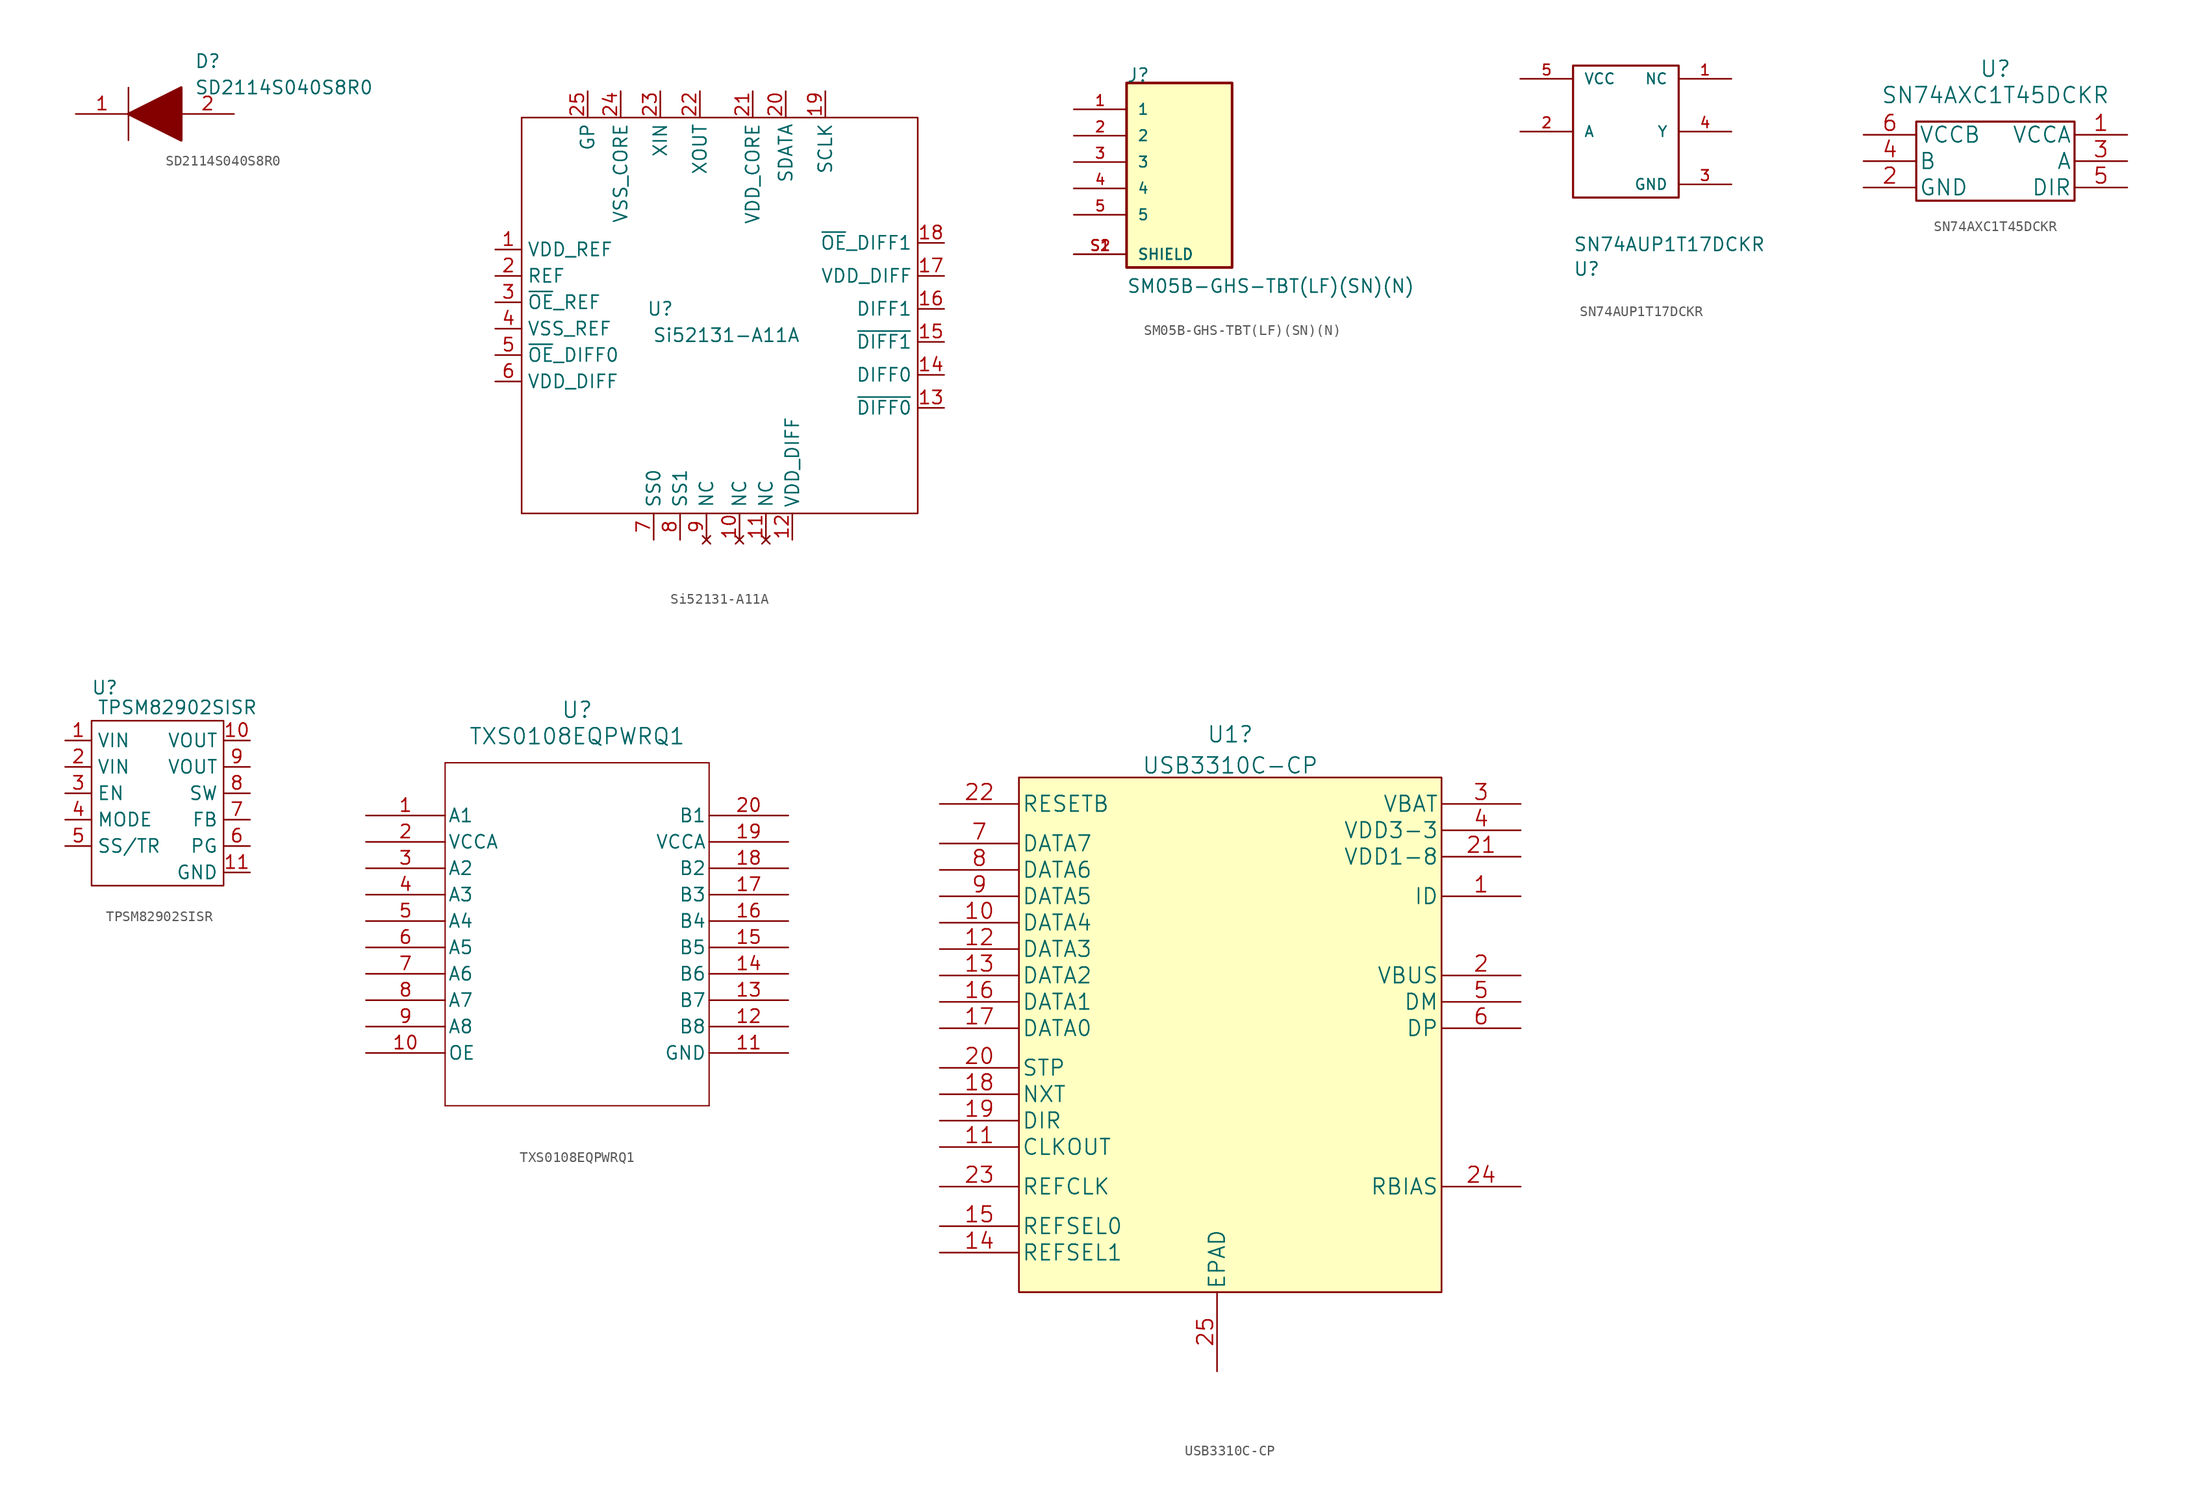
<source format=kicad_sym>
(kicad_symbol_lib
  (version 20220914)
  (generator kicad_symbol_editor)
  (symbol "SD2114S040S8R0"
    (pin_names
      (offset 0.762))
    (property "Reference" "D"
      (at 11.43 5.08 0)
      (effects (font (size 1.27 1.27)) (justify left)))
    (property "Value" "SD2114S040S8R0"
      (at 11.43 2.54 0)
      (effects (font (size 1.27 1.27)) (justify left)))
    (symbol "SD2114S040S8R0_0_0"
      (pin passive line (at 0 0 0) (length 5.08) (name "~" (effects (font (size 1.27 1.27)))) (number "1" (effects (font (size 1.27 1.27)))))
      (pin passive line (at 15.24 0 180) (length 5.08) (name "~" (effects (font (size 1.27 1.27)))) (number "2" (effects (font (size 1.27 1.27))))))
    (symbol "SD2114S040S8R0_0_1"
      (polyline (pts (xy 5.08 2.54) (xy 5.08 -2.54)) (stroke (width 0.152) (type solid)) (fill (type none)))
      (polyline (pts (xy 5.08 0) (xy 10.16 2.54) (xy 10.16 -2.54) (xy 5.08 0)) (stroke (width 0.254) (type solid)) (fill (type outline)))))
  (symbol "Si52131-A11A"
    (property "Reference" "U"
      (at -5.715 0.635 0)
      (effects (font (size 1.27 1.27))))
    (property "Value" "Si52131-A11A"
      (at 0.635 -1.905 0)
      (effects (font (size 1.27 1.27))))
    (symbol "Si52131-A11A_0_1"
      (rectangle (start -19.05 19.05) (end 19.05 -19.05) (stroke (width 0) (type default)) (fill (type none))))
    (symbol "Si52131-A11A_1_1"
      (pin input line (at -21.59 6.35 0) (length 2.54) (name "VDD_REF" (effects (font (size 1.27 1.27)))) (number "1" (effects (font (size 1.27 1.27)))))
      (pin no_connect line (at 1.905 -21.59 90) (length 2.54) (name "NC" (effects (font (size 1.27 1.27)))) (number "10" (effects (font (size 1.27 1.27)))))
      (pin no_connect line (at 4.445 -21.59 90) (length 2.54) (name "NC" (effects (font (size 1.27 1.27)))) (number "11" (effects (font (size 1.27 1.27)))))
      (pin input line (at 6.985 -21.59 90) (length 2.54) (name "VDD_DIFF" (effects (font (size 1.27 1.27)))) (number "12" (effects (font (size 1.27 1.27)))))
      (pin input line (at 21.59 -8.89 180) (length 2.54) (name "~{DIFF0}" (effects (font (size 1.27 1.27)))) (number "13" (effects (font (size 1.27 1.27)))))
      (pin input line (at 21.59 -5.715 180) (length 2.54) (name "DIFF0" (effects (font (size 1.27 1.27)))) (number "14" (effects (font (size 1.27 1.27)))))
      (pin input line (at 21.59 -2.54 180) (length 2.54) (name "~{DIFF1}" (effects (font (size 1.27 1.27)))) (number "15" (effects (font (size 1.27 1.27)))))
      (pin input line (at 21.59 0.635 180) (length 2.54) (name "DIFF1" (effects (font (size 1.27 1.27)))) (number "16" (effects (font (size 1.27 1.27)))))
      (pin input line (at 21.59 3.81 180) (length 2.54) (name "VDD_DIFF" (effects (font (size 1.27 1.27)))) (number "17" (effects (font (size 1.27 1.27)))))
      (pin input line (at 21.59 6.985 180) (length 2.54) (name "~{OE}_DIFF1" (effects (font (size 1.27 1.27)))) (number "18" (effects (font (size 1.27 1.27)))))
      (pin input line (at 10.16 21.59 270) (length 2.54) (name "SCLK" (effects (font (size 1.27 1.27)))) (number "19" (effects (font (size 1.27 1.27)))))
      (pin input line (at -21.59 3.81 0) (length 2.54) (name "REF" (effects (font (size 1.27 1.27)))) (number "2" (effects (font (size 1.27 1.27)))))
      (pin input line (at 6.35 21.59 270) (length 2.54) (name "SDATA" (effects (font (size 1.27 1.27)))) (number "20" (effects (font (size 1.27 1.27)))))
      (pin input line (at 3.175 21.59 270) (length 2.54) (name "VDD_CORE" (effects (font (size 1.27 1.27)))) (number "21" (effects (font (size 1.27 1.27)))))
      (pin input line (at -1.905 21.59 270) (length 2.54) (name "XOUT" (effects (font (size 1.27 1.27)))) (number "22" (effects (font (size 1.27 1.27)))))
      (pin input line (at -5.715 21.59 270) (length 2.54) (name "XIN" (effects (font (size 1.27 1.27)))) (number "23" (effects (font (size 1.27 1.27)))))
      (pin input line (at -9.525 21.59 270) (length 2.54) (name "VSS_CORE" (effects (font (size 1.27 1.27)))) (number "24" (effects (font (size 1.27 1.27)))))
      (pin input line (at -12.7 21.59 270) (length 2.54) (name "GP" (effects (font (size 1.27 1.27)))) (number "25" (effects (font (size 1.27 1.27)))))
      (pin input line (at -21.59 1.27 0) (length 2.54) (name "~{OE}_REF" (effects (font (size 1.27 1.27)))) (number "3" (effects (font (size 1.27 1.27)))))
      (pin input line (at -21.59 -1.27 0) (length 2.54) (name "VSS_REF" (effects (font (size 1.27 1.27)))) (number "4" (effects (font (size 1.27 1.27)))))
      (pin input line (at -21.59 -3.81 0) (length 2.54) (name "~{OE}_DIFF0" (effects (font (size 1.27 1.27)))) (number "5" (effects (font (size 1.27 1.27)))))
      (pin input line (at -21.59 -6.35 0) (length 2.54) (name "VDD_DIFF" (effects (font (size 1.27 1.27)))) (number "6" (effects (font (size 1.27 1.27)))))
      (pin input line (at -6.35 -21.59 90) (length 2.54) (name "SS0" (effects (font (size 1.27 1.27)))) (number "7" (effects (font (size 1.27 1.27)))))
      (pin input line (at -3.81 -21.59 90) (length 2.54) (name "SS1" (effects (font (size 1.27 1.27)))) (number "8" (effects (font (size 1.27 1.27)))))
      (pin no_connect line (at -1.27 -21.59 90) (length 2.54) (name "NC" (effects (font (size 1.27 1.27)))) (number "9" (effects (font (size 1.27 1.27)))))))
  (symbol "SM05B-GHS-TBT(LF)(SN)(N)"
    (pin_names
      (offset 1.016))
    (property "Reference" "J"
      (at -5.08 7.62 0)
      (effects (font (size 1.27 1.27)) (justify left bottom)))
    (property "Value" "SM05B-GHS-TBT(LF)(SN)(N)"
      (at -5.08 -12.7 0)
      (effects (font (size 1.27 1.27)) (justify left bottom)))
    (symbol "SM05B-GHS-TBT(LF)(SN)(N)_0_0"
      (rectangle (start -5.08 -10.16) (end 5.08 7.62) (stroke (width 0.254) (type solid)) (fill (type background)))
      (pin passive line (at -10.16 5.08 0) (length 5.08) (name "1" (effects (font (size 1.016 1.016)))) (number "1" (effects (font (size 1.016 1.016)))))
      (pin passive line (at -10.16 2.54 0) (length 5.08) (name "2" (effects (font (size 1.016 1.016)))) (number "2" (effects (font (size 1.016 1.016)))))
      (pin passive line (at -10.16 0 0) (length 5.08) (name "3" (effects (font (size 1.016 1.016)))) (number "3" (effects (font (size 1.016 1.016)))))
      (pin passive line (at -10.16 -2.54 0) (length 5.08) (name "4" (effects (font (size 1.016 1.016)))) (number "4" (effects (font (size 1.016 1.016)))))
      (pin passive line (at -10.16 -8.89 0) (length 5.08) (name "SHIELD" (effects (font (size 1.016 1.016)))) (number "S1" (effects (font (size 1.016 1.016)))))
      (pin passive line (at -10.16 -8.89 0) (length 5.08) (name "SHIELD" (effects (font (size 1.016 1.016)))) (number "S2" (effects (font (size 1.016 1.016))))))
    (symbol "SM05B-GHS-TBT(LF)(SN)(N)_1_1"
      (pin passive line (at -10.16 -5.08 0) (length 5.08) (name "5" (effects (font (size 1.016 1.016)))) (number "5" (effects (font (size 1.016 1.016)))))))
  (symbol "SN74AUP1T17DCKR"
    (pin_names
      (offset 1.016))
    (property "Reference" "U"
      (at -12.7 -13.97 0)
      (effects (font (size 1.27 1.27)) (justify left bottom)))
    (property "Value" "SN74AUP1T17DCKR"
      (at -12.7 -11.608 0)
      (effects (font (size 1.27 1.27)) (justify left bottom)))
    (symbol "SN74AUP1T17DCKR_0_0"
      (pin input line (at -17.78 0 0) (length 5.08) (name "A" (effects (font (size 1.016 1.016)))) (number "2" (effects (font (size 1.016 1.016)))))
      (pin power_in line (at 2.54 -5.08 180) (length 5.08) (name "GND" (effects (font (size 1.016 1.016)))) (number "3" (effects (font (size 1.016 1.016)))))
      (pin output line (at 2.54 0 180) (length 5.08) (name "Y" (effects (font (size 1.016 1.016)))) (number "4" (effects (font (size 1.016 1.016)))))
      (pin power_in line (at -17.78 5.08 0) (length 5.08) (name "VCC" (effects (font (size 1.016 1.016)))) (number "5" (effects (font (size 1.016 1.016))))))
    (symbol "SN74AUP1T17DCKR_1_1"
      (rectangle (start -12.7 6.35) (end -2.54 -6.35) (stroke (width 0.203) (type solid)) (fill (type none)))
      (pin power_out line (at 2.54 5.08 180) (length 5.08) (name "NC" (effects (font (size 1.016 1.016)))) (number "1" (effects (font (size 1.016 1.016)))))))
  (symbol "SN74AXC1T45DCKR"
    (pin_names
      (offset 0.254))
    (property "Reference" "U"
      (at -7.62 8.89 0)
      (effects (font (size 1.524 1.524))))
    (property "Value" "SN74AXC1T45DCKR"
      (at -7.62 6.35 0)
      (effects (font (size 1.524 1.524))))
    (property "Datasheet" ""
      (at -7.62 6.35 0)
      (effects (font (size 1.524 1.524))))
    (symbol "SN74AXC1T45DCKR_1_1"
      (rectangle (start -15.24 3.81) (end 0 -3.81) (stroke (width 0.203) (type solid)) (fill (type none)))
      (pin power_in line (at 5.08 2.54 180) (length 5.08) (name "VCCA" (effects (font (size 1.499 1.499)))) (number "1" (effects (font (size 1.499 1.499)))))
      (pin power_in line (at -20.32 -2.54 0) (length 5.08) (name "GND" (effects (font (size 1.499 1.499)))) (number "2" (effects (font (size 1.499 1.499)))))
      (pin bidirectional line (at 5.08 0 180) (length 5.08) (name "A" (effects (font (size 1.499 1.499)))) (number "3" (effects (font (size 1.499 1.499)))))
      (pin bidirectional line (at -20.32 0 0) (length 5.08) (name "B" (effects (font (size 1.499 1.499)))) (number "4" (effects (font (size 1.499 1.499)))))
      (pin input line (at 5.08 -2.54 180) (length 5.08) (name "DIR" (effects (font (size 1.499 1.499)))) (number "5" (effects (font (size 1.499 1.499)))))
      (pin power_in line (at -20.32 2.54 0) (length 5.08) (name "VCCB" (effects (font (size 1.499 1.499)))) (number "6" (effects (font (size 1.499 1.499)))))))
  (symbol "TPSM82902SISR"
    (property "Reference" "U"
      (at -5.08 10.16 0)
      (effects (font (size 1.27 1.27))))
    (property "Value" "TPSM82902SISR"
      (at 1.905 8.255 0)
      (effects (font (size 1.27 1.27))))
    (symbol "TPSM82902SISR_0_1"
      (rectangle (start -6.35 6.985) (end 6.35 -8.89) (stroke (width 0) (type default)) (fill (type none))))
    (symbol "TPSM82902SISR_1_1"
      (pin power_in line (at -8.89 5.08 0) (length 2.54) (name "VIN" (effects (font (size 1.27 1.27)))) (number "1" (effects (font (size 1.27 1.27)))))
      (pin power_out line (at 8.89 5.08 180) (length 2.54) (name "VOUT" (effects (font (size 1.27 1.27)))) (number "10" (effects (font (size 1.27 1.27)))))
      (pin power_in line (at 8.89 -7.62 180) (length 2.54) (name "GND" (effects (font (size 1.27 1.27)))) (number "11" (effects (font (size 1.27 1.27)))))
      (pin power_in line (at -8.89 2.54 0) (length 2.54) (name "VIN" (effects (font (size 1.27 1.27)))) (number "2" (effects (font (size 1.27 1.27)))))
      (pin input line (at -8.89 0 0) (length 2.54) (name "EN" (effects (font (size 1.27 1.27)))) (number "3" (effects (font (size 1.27 1.27)))))
      (pin input line (at -8.89 -2.54 0) (length 2.54) (name "MODE" (effects (font (size 1.27 1.27)))) (number "4" (effects (font (size 1.27 1.27)))))
      (pin input line (at -8.89 -5.08 0) (length 2.54) (name "SS/TR" (effects (font (size 1.27 1.27)))) (number "5" (effects (font (size 1.27 1.27)))))
      (pin input line (at 8.89 -5.08 180) (length 2.54) (name "PG" (effects (font (size 1.27 1.27)))) (number "6" (effects (font (size 1.27 1.27)))))
      (pin input line (at 8.89 -2.54 180) (length 2.54) (name "FB" (effects (font (size 1.27 1.27)))) (number "7" (effects (font (size 1.27 1.27)))))
      (pin input line (at 8.89 0 180) (length 2.54) (name "SW" (effects (font (size 1.27 1.27)))) (number "8" (effects (font (size 1.27 1.27)))))
      (pin power_out line (at 8.89 2.54 180) (length 2.54) (name "VOUT" (effects (font (size 1.27 1.27)))) (number "9" (effects (font (size 1.27 1.27)))))))
  (symbol "TXS0108EQPWRQ1"
    (pin_names
      (offset 0.254))
    (property "Reference" "U"
      (at 20.32 10.16 0)
      (effects (font (size 1.524 1.524))))
    (property "Value" "TXS0108EQPWRQ1"
      (at 20.32 7.62 0)
      (effects (font (size 1.524 1.524))))
    (symbol "TXS0108EQPWRQ1_0_1"
      (polyline (pts (xy 7.62 -27.94) (xy 33.02 -27.94)) (stroke (width 0.127) (type default)) (fill (type none)))
      (polyline (pts (xy 7.62 5.08) (xy 7.62 -27.94)) (stroke (width 0.127) (type default)) (fill (type none)))
      (polyline (pts (xy 33.02 -27.94) (xy 33.02 5.08)) (stroke (width 0.127) (type default)) (fill (type none)))
      (polyline (pts (xy 33.02 5.08) (xy 7.62 5.08)) (stroke (width 0.127) (type default)) (fill (type none)))
      (pin bidirectional line (at 0 0 0) (length 7.62) (name "A1" (effects (font (size 1.27 1.27)))) (number "1" (effects (font (size 1.27 1.27)))))
      (pin input line (at 0 -22.86 0) (length 7.62) (name "OE" (effects (font (size 1.27 1.27)))) (number "10" (effects (font (size 1.27 1.27)))))
      (pin power_in line (at 40.64 -22.86 180) (length 7.62) (name "GND" (effects (font (size 1.27 1.27)))) (number "11" (effects (font (size 1.27 1.27)))))
      (pin bidirectional line (at 40.64 -20.32 180) (length 7.62) (name "B8" (effects (font (size 1.27 1.27)))) (number "12" (effects (font (size 1.27 1.27)))))
      (pin bidirectional line (at 40.64 -17.78 180) (length 7.62) (name "B7" (effects (font (size 1.27 1.27)))) (number "13" (effects (font (size 1.27 1.27)))))
      (pin bidirectional line (at 40.64 -15.24 180) (length 7.62) (name "B6" (effects (font (size 1.27 1.27)))) (number "14" (effects (font (size 1.27 1.27)))))
      (pin bidirectional line (at 40.64 -12.7 180) (length 7.62) (name "B5" (effects (font (size 1.27 1.27)))) (number "15" (effects (font (size 1.27 1.27)))))
      (pin bidirectional line (at 40.64 -10.16 180) (length 7.62) (name "B4" (effects (font (size 1.27 1.27)))) (number "16" (effects (font (size 1.27 1.27)))))
      (pin bidirectional line (at 40.64 -7.62 180) (length 7.62) (name "B3" (effects (font (size 1.27 1.27)))) (number "17" (effects (font (size 1.27 1.27)))))
      (pin bidirectional line (at 40.64 -5.08 180) (length 7.62) (name "B2" (effects (font (size 1.27 1.27)))) (number "18" (effects (font (size 1.27 1.27)))))
      (pin power_in line (at 40.64 -2.54 180) (length 7.62) (name "VCCA" (effects (font (size 1.27 1.27)))) (number "19" (effects (font (size 1.27 1.27)))))
      (pin power_in line (at 0 -2.54 0) (length 7.62) (name "VCCA" (effects (font (size 1.27 1.27)))) (number "2" (effects (font (size 1.27 1.27)))))
      (pin bidirectional line (at 40.64 0 180) (length 7.62) (name "B1" (effects (font (size 1.27 1.27)))) (number "20" (effects (font (size 1.27 1.27)))))
      (pin bidirectional line (at 0 -5.08 0) (length 7.62) (name "A2" (effects (font (size 1.27 1.27)))) (number "3" (effects (font (size 1.27 1.27)))))
      (pin bidirectional line (at 0 -7.62 0) (length 7.62) (name "A3" (effects (font (size 1.27 1.27)))) (number "4" (effects (font (size 1.27 1.27)))))
      (pin bidirectional line (at 0 -10.16 0) (length 7.62) (name "A4" (effects (font (size 1.27 1.27)))) (number "5" (effects (font (size 1.27 1.27)))))
      (pin bidirectional line (at 0 -12.7 0) (length 7.62) (name "A5" (effects (font (size 1.27 1.27)))) (number "6" (effects (font (size 1.27 1.27)))))
      (pin bidirectional line (at 0 -15.24 0) (length 7.62) (name "A6" (effects (font (size 1.27 1.27)))) (number "7" (effects (font (size 1.27 1.27)))))
      (pin bidirectional line (at 0 -17.78 0) (length 7.62) (name "A7" (effects (font (size 1.27 1.27)))) (number "8" (effects (font (size 1.27 1.27)))))
      (pin bidirectional line (at 0 -20.32 0) (length 7.62) (name "A8" (effects (font (size 1.27 1.27)))) (number "9" (effects (font (size 1.27 1.27)))))))
  (symbol "USB3310C-CP"
    (pin_names
      (offset 0.254))
    (property "Reference" "U1"
      (at 27.94 9.228 0)
      (effects (font (size 1.524 1.524))))
    (property "Value" "USB3310C-CP"
      (at 27.94 6.234 0)
      (effects (font (size 1.524 1.524))))
    (symbol "USB3310C-CP_0_1"
      (rectangle (start 7.62 5.08) (end 48.26 -44.45) (stroke (width 0) (type default)) (fill (type background))))
    (symbol "USB3310C-CP_1_1"
      (polyline (pts (xy 7.62 5.08) (xy 7.62 -38.1)) (stroke (width 0.127) (type default)) (fill (type none)))
      (polyline (pts (xy 48.26 -38.1) (xy 48.26 5.08)) (stroke (width 0.127) (type default)) (fill (type none)))
      (polyline (pts (xy 48.26 5.08) (xy 7.62 5.08)) (stroke (width 0.127) (type default)) (fill (type none)))
      (polyline (pts (xy 7.62 -38.1) (xy 7.62 -41.91) (xy 7.62 -44.45) (xy 48.26 -44.45) (xy 48.26 -41.91) (xy 48.26 -38.1)) (stroke (width 0.127) (type default)) (fill (type none)))
      (pin input line (at 55.88 -6.35 180) (length 7.62) (name "ID" (effects (font (size 1.499 1.499)))) (number "1" (effects (font (size 1.499 1.499)))))
      (pin bidirectional line (at 0 -8.89 0) (length 7.62) (name "DATA4" (effects (font (size 1.499 1.499)))) (number "10" (effects (font (size 1.499 1.499)))))
      (pin output line (at 0 -30.48 0) (length 7.62) (name "CLKOUT" (effects (font (size 1.499 1.499)))) (number "11" (effects (font (size 1.499 1.499)))))
      (pin bidirectional line (at 0 -11.43 0) (length 7.62) (name "DATA3" (effects (font (size 1.499 1.499)))) (number "12" (effects (font (size 1.499 1.499)))))
      (pin bidirectional line (at 0 -13.97 0) (length 7.62) (name "DATA2" (effects (font (size 1.499 1.499)))) (number "13" (effects (font (size 1.499 1.499)))))
      (pin input line (at 0 -40.64 0) (length 7.62) (name "REFSEL1" (effects (font (size 1.499 1.499)))) (number "14" (effects (font (size 1.499 1.499)))))
      (pin input line (at 0 -38.1 0) (length 7.62) (name "REFSEL0" (effects (font (size 1.499 1.499)))) (number "15" (effects (font (size 1.499 1.499)))))
      (pin bidirectional line (at 0 -16.51 0) (length 7.62) (name "DATA1" (effects (font (size 1.499 1.499)))) (number "16" (effects (font (size 1.499 1.499)))))
      (pin bidirectional line (at 0 -19.05 0) (length 7.62) (name "DATA0" (effects (font (size 1.499 1.499)))) (number "17" (effects (font (size 1.499 1.499)))))
      (pin output line (at 0 -25.4 0) (length 7.62) (name "NXT" (effects (font (size 1.499 1.499)))) (number "18" (effects (font (size 1.499 1.499)))))
      (pin output line (at 0 -27.94 0) (length 7.62) (name "DIR" (effects (font (size 1.499 1.499)))) (number "19" (effects (font (size 1.499 1.499)))))
      (pin bidirectional line (at 55.88 -13.97 180) (length 7.62) (name "VBUS" (effects (font (size 1.499 1.499)))) (number "2" (effects (font (size 1.499 1.499)))))
      (pin input line (at 0 -22.86 0) (length 7.62) (name "STP" (effects (font (size 1.499 1.499)))) (number "20" (effects (font (size 1.499 1.499)))))
      (pin power_in line (at 55.88 -2.54 180) (length 7.62) (name "VDD1-8" (effects (font (size 1.499 1.499)))) (number "21" (effects (font (size 1.499 1.499)))))
      (pin input line (at 0 2.54 0) (length 7.62) (name "RESETB" (effects (font (size 1.499 1.499)))) (number "22" (effects (font (size 1.499 1.499)))))
      (pin input line (at 0 -34.29 0) (length 7.62) (name "REFCLK" (effects (font (size 1.499 1.499)))) (number "23" (effects (font (size 1.499 1.499)))))
      (pin unspecified line (at 55.88 -34.29 180) (length 7.62) (name "RBIAS" (effects (font (size 1.499 1.499)))) (number "24" (effects (font (size 1.499 1.499)))))
      (pin unspecified line (at 26.67 -52.07 90) (length 7.62) (name "EPAD" (effects (font (size 1.499 1.499)))) (number "25" (effects (font (size 1.499 1.499)))))
      (pin power_in line (at 55.88 2.54 180) (length 7.62) (name "VBAT" (effects (font (size 1.499 1.499)))) (number "3" (effects (font (size 1.499 1.499)))))
      (pin power_out line (at 55.88 0 180) (length 7.62) (name "VDD3-3" (effects (font (size 1.499 1.499)))) (number "4" (effects (font (size 1.499 1.499)))))
      (pin bidirectional line (at 55.88 -16.51 180) (length 7.62) (name "DM" (effects (font (size 1.499 1.499)))) (number "5" (effects (font (size 1.499 1.499)))))
      (pin bidirectional line (at 55.88 -19.05 180) (length 7.62) (name "DP" (effects (font (size 1.499 1.499)))) (number "6" (effects (font (size 1.499 1.499)))))
      (pin bidirectional line (at 0 -1.27 0) (length 7.62) (name "DATA7" (effects (font (size 1.499 1.499)))) (number "7" (effects (font (size 1.499 1.499)))))
      (pin bidirectional line (at 0 -3.81 0) (length 7.62) (name "DATA6" (effects (font (size 1.499 1.499)))) (number "8" (effects (font (size 1.499 1.499)))))
      (pin bidirectional line (at 0 -6.35 0) (length 7.62) (name "DATA5" (effects (font (size 1.499 1.499)))) (number "9" (effects (font (size 1.499 1.499))))))))
</source>
